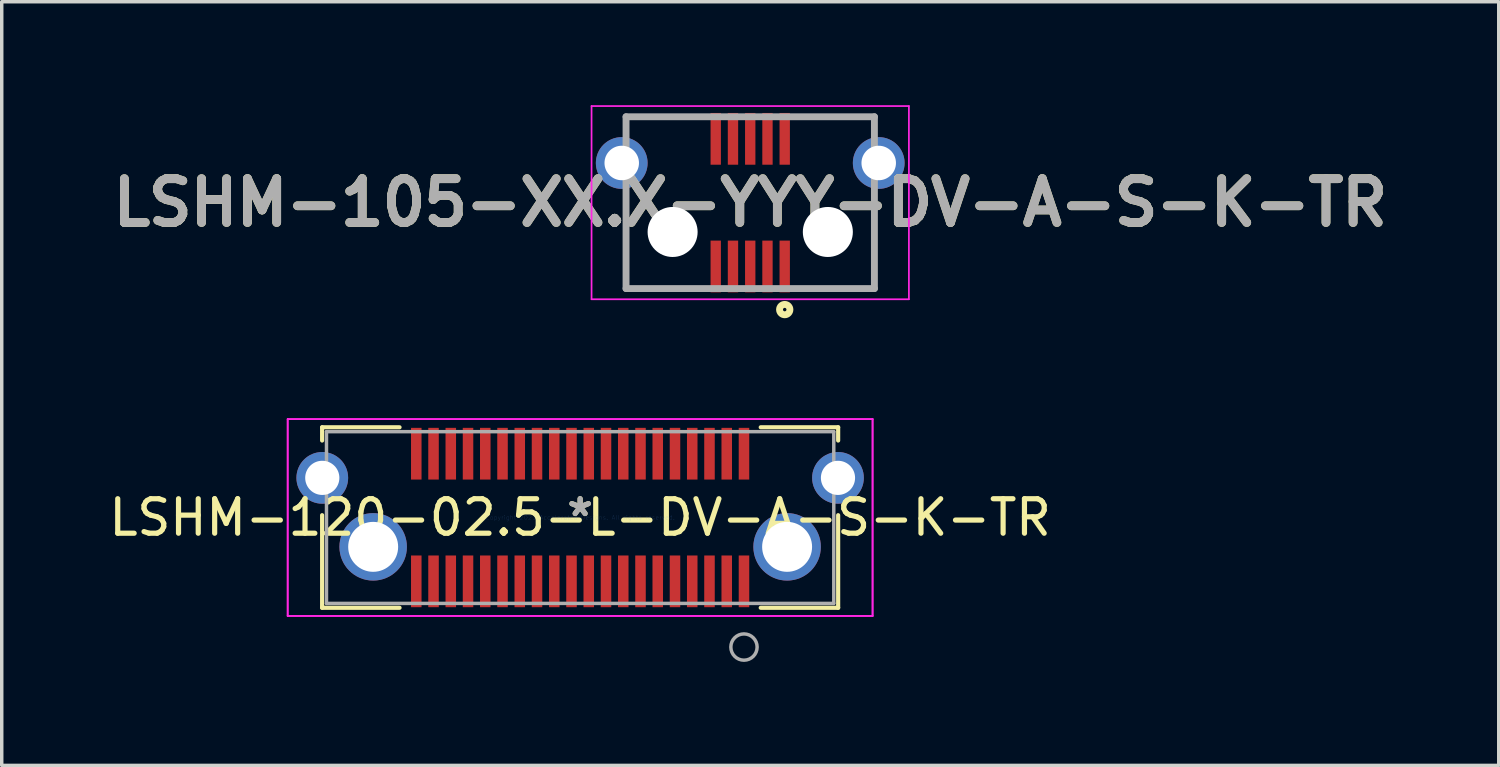
<source format=kicad_pcb>
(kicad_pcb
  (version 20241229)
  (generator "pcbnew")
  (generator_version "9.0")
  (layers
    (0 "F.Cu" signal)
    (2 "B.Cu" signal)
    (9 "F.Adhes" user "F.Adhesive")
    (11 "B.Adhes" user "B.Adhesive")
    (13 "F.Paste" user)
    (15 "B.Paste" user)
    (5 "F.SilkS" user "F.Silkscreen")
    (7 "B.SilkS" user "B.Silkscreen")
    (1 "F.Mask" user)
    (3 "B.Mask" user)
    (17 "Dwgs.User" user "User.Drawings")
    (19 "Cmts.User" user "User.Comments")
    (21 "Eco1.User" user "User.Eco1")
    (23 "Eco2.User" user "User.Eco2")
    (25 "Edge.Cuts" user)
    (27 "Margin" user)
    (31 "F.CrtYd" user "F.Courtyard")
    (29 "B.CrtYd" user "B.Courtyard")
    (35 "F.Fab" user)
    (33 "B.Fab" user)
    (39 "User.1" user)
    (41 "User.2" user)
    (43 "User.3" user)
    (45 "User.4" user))
  (footprint "LSHM-120-02.5-L-DV-A-S-K-TR"
    (layer "F.Cu")
    (at 13.768 11.953)
    (property "Reference" "LSHM-120-02.5-L-DV-A-S-K-TR" (at 0 0 0) (layer "F.SilkS") (effects (font (size 1 1) (thickness 0.15))))
    (attr through_hole)
    (fp_line (start -7.48 -2.616) (end -7.48 -2.232) (stroke (width 0.12) (type solid)) (layer "F.SilkS"))
    (fp_line (start -7.48 -0.068) (end -7.48 2.616) (stroke (width 0.12) (type solid)) (layer "F.SilkS"))
    (fp_line (start -7.48 2.616) (end -5.235 2.616) (stroke (width 0.12) (type solid)) (layer "F.SilkS"))
    (fp_line (start -5.235 -2.616) (end -7.48 -2.616) (stroke (width 0.12) (type solid)) (layer "F.SilkS"))
    (fp_line (start 5.235 2.616) (end 7.48 2.616) (stroke (width 0.12) (type solid)) (layer "F.SilkS"))
    (fp_line (start 7.48 -2.616) (end 5.235 -2.616) (stroke (width 0.12) (type solid)) (layer "F.SilkS"))
    (fp_line (start 7.48 -2.232) (end 7.48 -2.616) (stroke (width 0.12) (type solid)) (layer "F.SilkS"))
    (fp_line (start 7.48 2.616) (end 7.48 -0.068) (stroke (width 0.12) (type solid)) (layer "F.SilkS"))
    (fp_line (start -8.478 -2.853) (end -8.478 2.853) (stroke (width 0.05) (type solid)) (layer "F.CrtYd"))
    (fp_line (start -8.478 -2.853) (end -8.478 2.853) (stroke (width 0.05) (type solid)) (layer "F.CrtYd"))
    (fp_line (start -8.478 2.853) (end 8.478 2.853) (stroke (width 0.05) (type solid)) (layer "F.CrtYd"))
    (fp_line (start -8.478 2.853) (end 8.478 2.853) (stroke (width 0.05) (type solid)) (layer "F.CrtYd"))
    (fp_line (start 8.478 -2.853) (end -8.478 -2.853) (stroke (width 0.05) (type solid)) (layer "F.CrtYd"))
    (fp_line (start 8.478 -2.853) (end -8.478 -2.853) (stroke (width 0.05) (type solid)) (layer "F.CrtYd"))
    (fp_line (start 8.478 2.853) (end 8.478 -2.853) (stroke (width 0.05) (type solid)) (layer "F.CrtYd"))
    (fp_line (start 8.478 2.853) (end 8.478 -2.853) (stroke (width 0.05) (type solid)) (layer "F.CrtYd"))
    (fp_line (start -7.353 -2.489) (end -7.353 2.489) (stroke (width 0.1) (type solid)) (layer "F.Fab"))
    (fp_line (start -7.353 2.489) (end 7.353 2.489) (stroke (width 0.1) (type solid)) (layer "F.Fab"))
    (fp_line (start 7.353 -2.489) (end -7.353 -2.489) (stroke (width 0.1) (type solid)) (layer "F.Fab"))
    (fp_line (start 7.353 2.489) (end 7.353 -2.489) (stroke (width 0.1) (type solid)) (layer "F.Fab"))
    (fp_circle (center 4.75 3.755) (end 5.131 3.755) (stroke (width 0.1) (type solid)) (fill no) (layer "F.Fab"))
    (fp_text user "*" (at 0 0 0) (layer "F.SilkS") (effects (font (size 1 1) (thickness 0.15))))
    (fp_text user "Copyright 2021 Accelerated Designs. All rights reserved." (at 0 0 0) (layer "Cmts.User") (effects (font (size 0.127 0.127) (thickness 0.002))))
    (fp_text user "*" (at 0 0 0) (layer "F.Fab") (effects (font (size 1 1) (thickness 0.15))))
    (pad "1" smd rect (at 4.75 1.85) (size 0.305 1.499) (layers "F.Cu" "F.Mask" "F.Paste"))
    (pad "2" smd rect (at 4.75 -1.85) (size 0.305 1.499) (layers "F.Cu" "F.Mask" "F.Paste"))
    (pad "3" smd rect (at 4.25 1.85) (size 0.305 1.499) (layers "F.Cu" "F.Mask" "F.Paste"))
    (pad "4" smd rect (at 4.25 -1.85) (size 0.305 1.499) (layers "F.Cu" "F.Mask" "F.Paste"))
    (pad "5" smd rect (at 3.75 1.85) (size 0.305 1.499) (layers "F.Cu" "F.Mask" "F.Paste"))
    (pad "6" smd rect (at 3.75 -1.85) (size 0.305 1.499) (layers "F.Cu" "F.Mask" "F.Paste"))
    (pad "7" smd rect (at 3.25 1.85) (size 0.305 1.499) (layers "F.Cu" "F.Mask" "F.Paste"))
    (pad "8" smd rect (at 3.25 -1.85) (size 0.305 1.499) (layers "F.Cu" "F.Mask" "F.Paste"))
    (pad "9" smd rect (at 2.75 1.85) (size 0.305 1.499) (layers "F.Cu" "F.Mask" "F.Paste"))
    (pad "10" smd rect (at 2.75 -1.85) (size 0.305 1.499) (layers "F.Cu" "F.Mask" "F.Paste"))
    (pad "11" smd rect (at 2.25 1.85) (size 0.305 1.499) (layers "F.Cu" "F.Mask" "F.Paste"))
    (pad "12" smd rect (at 2.25 -1.85) (size 0.305 1.499) (layers "F.Cu" "F.Mask" "F.Paste"))
    (pad "13" smd rect (at 1.75 1.85) (size 0.305 1.499) (layers "F.Cu" "F.Mask" "F.Paste"))
    (pad "14" smd rect (at 1.75 -1.85) (size 0.305 1.499) (layers "F.Cu" "F.Mask" "F.Paste"))
    (pad "15" smd rect (at 1.25 1.85) (size 0.305 1.499) (layers "F.Cu" "F.Mask" "F.Paste"))
    (pad "16" smd rect (at 1.25 -1.85) (size 0.305 1.499) (layers "F.Cu" "F.Mask" "F.Paste"))
    (pad "17" smd rect (at 0.75 1.85) (size 0.305 1.499) (layers "F.Cu" "F.Mask" "F.Paste"))
    (pad "18" smd rect (at 0.75 -1.85) (size 0.305 1.499) (layers "F.Cu" "F.Mask" "F.Paste"))
    (pad "19" smd rect (at 0.25 1.85) (size 0.305 1.499) (layers "F.Cu" "F.Mask" "F.Paste"))
    (pad "20" smd rect (at 0.25 -1.85) (size 0.305 1.499) (layers "F.Cu" "F.Mask" "F.Paste"))
    (pad "21" smd rect (at -0.25 1.85) (size 0.305 1.499) (layers "F.Cu" "F.Mask" "F.Paste"))
    (pad "22" smd rect (at -0.25 -1.85) (size 0.305 1.499) (layers "F.Cu" "F.Mask" "F.Paste"))
    (pad "23" smd rect (at -0.75 1.85) (size 0.305 1.499) (layers "F.Cu" "F.Mask" "F.Paste"))
    (pad "24" smd rect (at -0.75 -1.85) (size 0.305 1.499) (layers "F.Cu" "F.Mask" "F.Paste"))
    (pad "25" smd rect (at -1.25 1.85) (size 0.305 1.499) (layers "F.Cu" "F.Mask" "F.Paste"))
    (pad "26" smd rect (at -1.25 -1.85) (size 0.305 1.499) (layers "F.Cu" "F.Mask" "F.Paste"))
    (pad "27" smd rect (at -1.75 1.85) (size 0.305 1.499) (layers "F.Cu" "F.Mask" "F.Paste"))
    (pad "28" smd rect (at -1.75 -1.85) (size 0.305 1.499) (layers "F.Cu" "F.Mask" "F.Paste"))
    (pad "29" smd rect (at -2.25 1.85) (size 0.305 1.499) (layers "F.Cu" "F.Mask" "F.Paste"))
    (pad "30" smd rect (at -2.25 -1.85) (size 0.305 1.499) (layers "F.Cu" "F.Mask" "F.Paste"))
    (pad "31" smd rect (at -2.75 1.85) (size 0.305 1.499) (layers "F.Cu" "F.Mask" "F.Paste"))
    (pad "32" smd rect (at -2.75 -1.85) (size 0.305 1.499) (layers "F.Cu" "F.Mask" "F.Paste"))
    (pad "33" smd rect (at -3.25 1.85) (size 0.305 1.499) (layers "F.Cu" "F.Mask" "F.Paste"))
    (pad "34" smd rect (at -3.25 -1.85) (size 0.305 1.499) (layers "F.Cu" "F.Mask" "F.Paste"))
    (pad "35" smd rect (at -3.75 1.85) (size 0.305 1.499) (layers "F.Cu" "F.Mask" "F.Paste"))
    (pad "36" smd rect (at -3.75 -1.85) (size 0.305 1.499) (layers "F.Cu" "F.Mask" "F.Paste"))
    (pad "37" smd rect (at -4.25 1.85) (size 0.305 1.499) (layers "F.Cu" "F.Mask" "F.Paste"))
    (pad "38" smd rect (at -4.25 -1.85) (size 0.305 1.499) (layers "F.Cu" "F.Mask" "F.Paste"))
    (pad "39" smd rect (at -4.75 1.85) (size 0.305 1.499) (layers "F.Cu" "F.Mask" "F.Paste"))
    (pad "40" smd rect (at -4.75 -1.85) (size 0.305 1.499) (layers "F.Cu" "F.Mask" "F.Paste"))
    (pad "41" thru_hole circle (at -6 0.85 90) (size 1.956 1.956) (drill 1.448) (layers "*.Cu" "*.Mask"))
    (pad "42" thru_hole circle (at 6 0.85 90) (size 1.956 1.956) (drill 1.448) (layers "*.Cu" "*.Mask"))
    (pad "43" thru_hole circle (at -7.475 -1.15 90) (size 1.499 1.499) (drill 0.991) (layers "*.Cu" "*.Mask"))
    (pad "44" thru_hole circle (at 7.475 -1.15 90) (size 1.499 1.499) (drill 0.991) (layers "*.Cu" "*.Mask")))
  (footprint "LSHM-105-XX.X-YYY-DV-A-S-K-TR"
    (layer "F.Cu")
    (at 18.699 2.825)
    (property "Reference" "LSHM-105-XX.X-YYY-DV-A-S-K-TR" (at 0 0 0) (layer "F.SilkS") (effects (font (size 1.27 1.27) (thickness 0.254))))
    (attr through_hole)
    (fp_circle (center 1 3.1) (end 1 3.15) (stroke (width 0.2) (type solid)) (fill no) (layer "F.SilkS"))
    (fp_line (start -4.6 -2.8) (end 4.6 -2.8) (stroke (width 0.05) (type solid)) (layer "F.CrtYd"))
    (fp_line (start -4.6 2.8) (end -4.6 -2.8) (stroke (width 0.05) (type solid)) (layer "F.CrtYd"))
    (fp_line (start 4.6 -2.8) (end 4.6 2.8) (stroke (width 0.05) (type solid)) (layer "F.CrtYd"))
    (fp_line (start 4.6 2.8) (end -4.6 2.8) (stroke (width 0.05) (type solid)) (layer "F.CrtYd"))
    (fp_line (start -3.6 -2.49) (end 3.6 -2.49) (stroke (width 0.2) (type solid)) (layer "F.Fab"))
    (fp_line (start -3.6 2.49) (end -3.6 -2.49) (stroke (width 0.2) (type solid)) (layer "F.Fab"))
    (fp_line (start 3.6 -2.49) (end 3.6 2.49) (stroke (width 0.2) (type solid)) (layer "F.Fab"))
    (fp_line (start 3.6 2.49) (end -3.6 2.49) (stroke (width 0.2) (type solid)) (layer "F.Fab"))
    (fp_text user "${REFERENCE}" (at 0 0 0) (layer "F.Fab") (effects (font (size 1.27 1.27) (thickness 0.254))))
    (pad "" np_thru_hole circle (at -2.25 0.85) (size 1.45 1.45) (drill 1.45) (layers "*.Cu" "*.Mask"))
    (pad "" np_thru_hole circle (at 2.25 0.85) (size 1.45 1.45) (drill 1.45) (layers "*.Cu" "*.Mask"))
    (pad "1" smd rect (at 1 1.85) (size 0.3 1.5) (layers "F.Cu" "F.Mask" "F.Paste"))
    (pad "2" smd rect (at 1 -1.85) (size 0.3 1.5) (layers "F.Cu" "F.Mask" "F.Paste"))
    (pad "3" smd rect (at 0.5 1.85) (size 0.3 1.5) (layers "F.Cu" "F.Mask" "F.Paste"))
    (pad "4" smd rect (at 0.5 -1.85) (size 0.3 1.5) (layers "F.Cu" "F.Mask" "F.Paste"))
    (pad "5" smd rect (at 0 1.85) (size 0.3 1.5) (layers "F.Cu" "F.Mask" "F.Paste"))
    (pad "6" smd rect (at 0 -1.85) (size 0.3 1.5) (layers "F.Cu" "F.Mask" "F.Paste"))
    (pad "7" smd rect (at -0.5 1.85) (size 0.3 1.5) (layers "F.Cu" "F.Mask" "F.Paste"))
    (pad "8" smd rect (at -0.5 -1.85) (size 0.3 1.5) (layers "F.Cu" "F.Mask" "F.Paste"))
    (pad "9" smd rect (at -1 1.85) (size 0.3 1.5) (layers "F.Cu" "F.Mask" "F.Paste"))
    (pad "10" smd rect (at -1 -1.85) (size 0.3 1.5) (layers "F.Cu" "F.Mask" "F.Paste"))
    (pad "13" thru_hole circle (at 3.725 -1.15) (size 1.5 1.5) (drill 1) (layers "*.Cu" "*.Mask"))
    (pad "14" thru_hole circle (at -3.725 -1.15) (size 1.5 1.5) (drill 1) (layers "*.Cu" "*.Mask")))
  (gr_rect
    (start -3 -3)
    (end 40.398 19.139)
    (stroke (width 0.1) (type default))
    (fill no)
    (layer "Edge.Cuts")))
</source>
